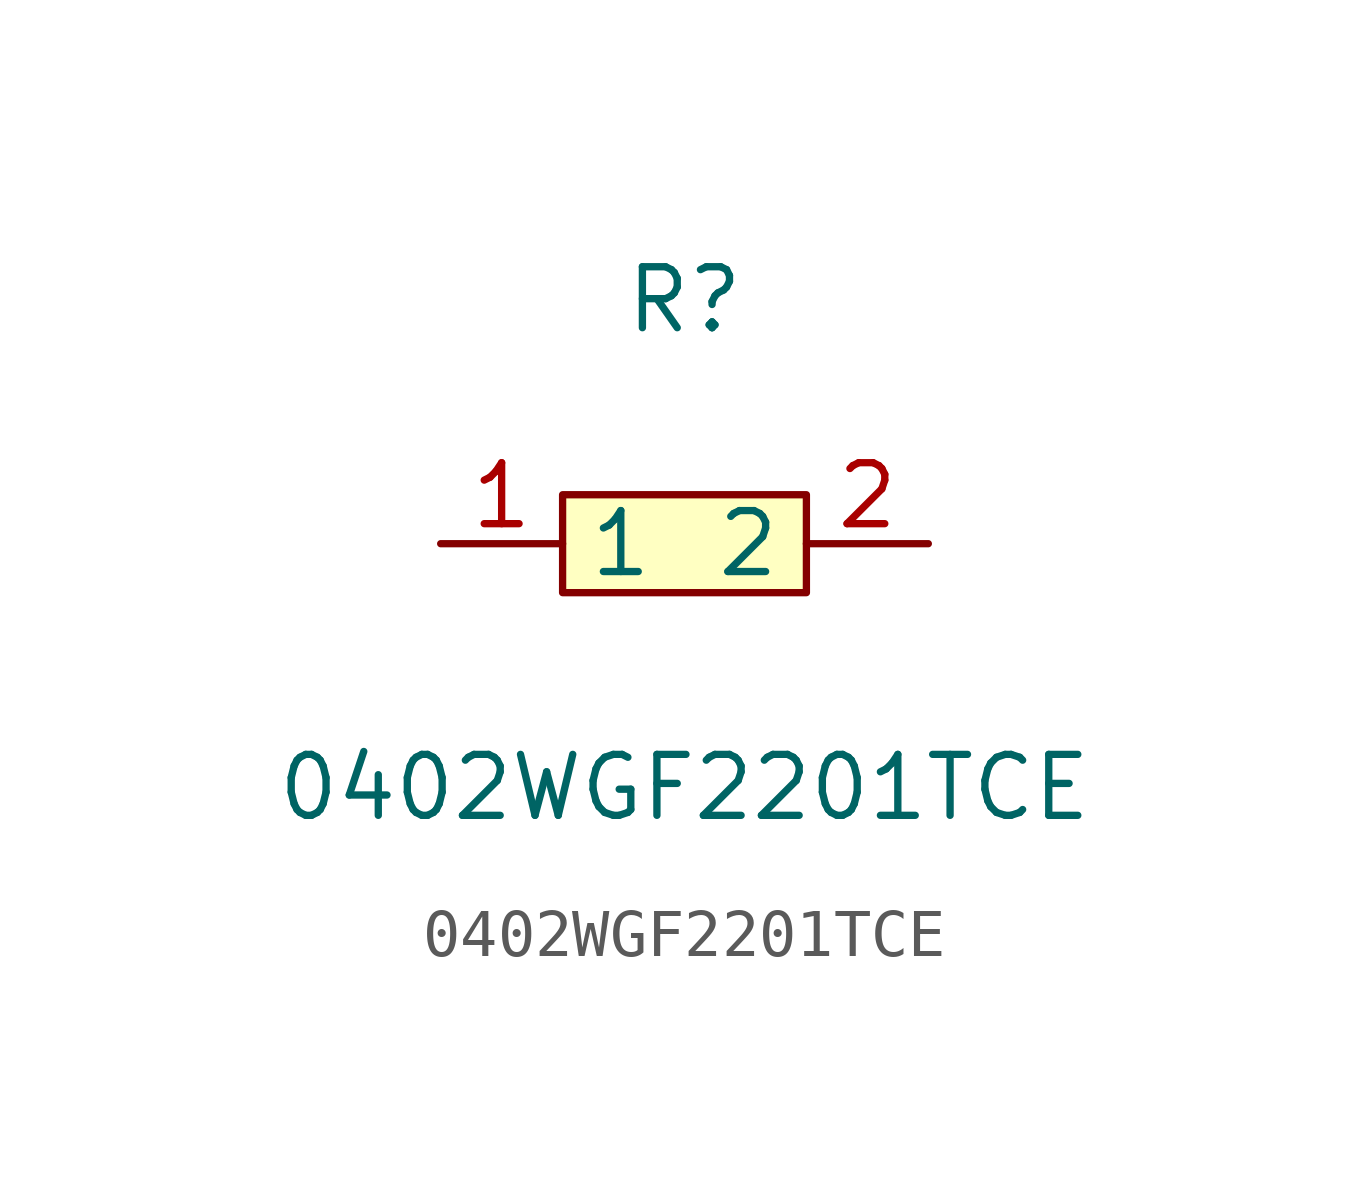
<source format=kicad_sym>
(kicad_symbol_lib
  (version 1)
  (generator "faebryk")
  (symbol "0402WGF2201TCE"
    (property "Reference" "R"
      (at 0 5.08 0)
      (effects (font (size 1.27 1.27)) (hide no)))
    (property "Value" "0402WGF2201TCE"
      (at 0 -5.08 0)
      (effects (font (size 1.27 1.27)) (hide no)))
    (symbol "0402WGF2201TCE_0_1"
      (rectangle (start -2.54 1.02) (end 2.54 -1.02) (stroke (width 0) (type default) (color 0 0 0 0)) (fill (type background)))
      (pin input line (at 5.08 0 180) (length 2.54) (name "2" (effects (font (size 1.27 1.27)) (hide no))) (number "2" (effects (font (size 1.27 1.27)) (hide no))))
      (pin input line (at -5.08 0 0) (length 2.54) (name "1" (effects (font (size 1.27 1.27)) (hide no))) (number "1" (effects (font (size 1.27 1.27)) (hide no)))))))
</source>
